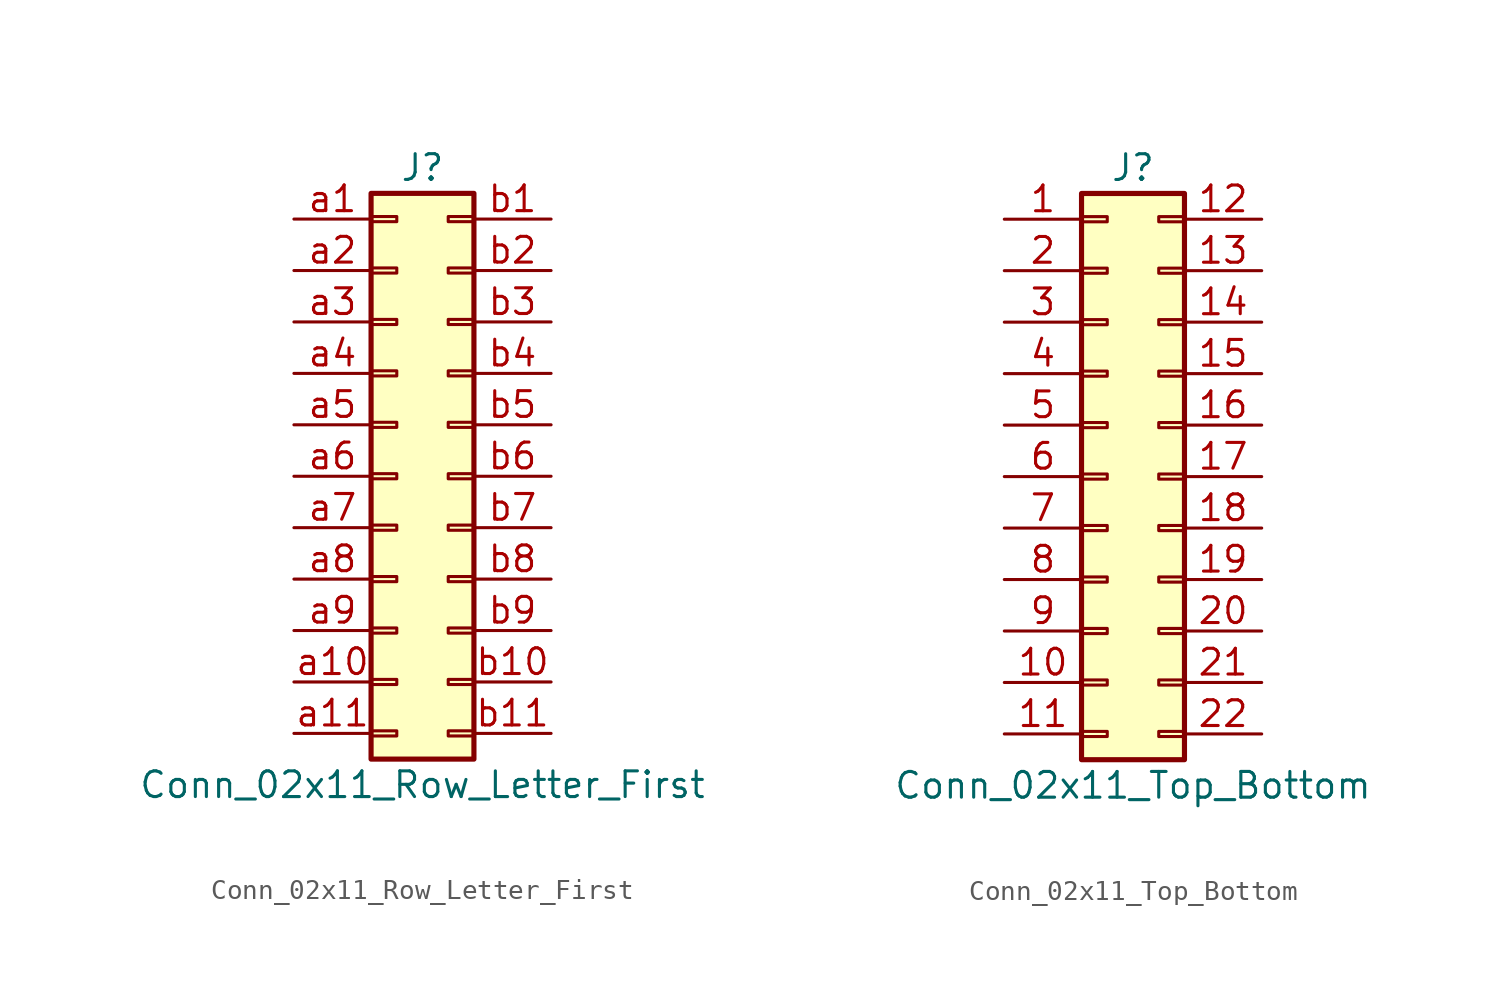
<source format=kicad_sym>
(kicad_symbol_lib
  (version 20201005)
  (generator kicad_symbol_editor)
  (symbol "Conn_02x11_Row_Letter_First"
    (pin_names
      (offset 1.016) hide)
    (property "Reference" "J"
      (at 1.27 15.24 0)
      (effects (font (size 1.27 1.27))))
    (property "Value" "Conn_02x11_Row_Letter_First"
      (at 1.27 -15.24 0)
      (effects (font (size 1.27 1.27))))
    (symbol "Conn_02x11_Row_Letter_First_1_1"
      (rectangle (start -1.27 -12.573) (end 0 -12.827) (stroke (width 0.152)) (fill (type none)))
      (rectangle (start -1.27 -10.033) (end 0 -10.287) (stroke (width 0.152)) (fill (type none)))
      (rectangle (start -1.27 -7.493) (end 0 -7.747) (stroke (width 0.152)) (fill (type none)))
      (rectangle (start -1.27 -4.953) (end 0 -5.207) (stroke (width 0.152)) (fill (type none)))
      (rectangle (start -1.27 -2.413) (end 0 -2.667) (stroke (width 0.152)) (fill (type none)))
      (rectangle (start -1.27 0.127) (end 0 -0.127) (stroke (width 0.152)) (fill (type none)))
      (rectangle (start -1.27 2.667) (end 0 2.413) (stroke (width 0.152)) (fill (type none)))
      (rectangle (start -1.27 5.207) (end 0 4.953) (stroke (width 0.152)) (fill (type none)))
      (rectangle (start -1.27 7.747) (end 0 7.493) (stroke (width 0.152)) (fill (type none)))
      (rectangle (start -1.27 10.287) (end 0 10.033) (stroke (width 0.152)) (fill (type none)))
      (rectangle (start -1.27 12.827) (end 0 12.573) (stroke (width 0.152)) (fill (type none)))
      (rectangle (start -1.27 13.97) (end 3.81 -13.97) (stroke (width 0.254)) (fill (type background)))
      (rectangle (start 3.81 -12.573) (end 2.54 -12.827) (stroke (width 0.152)) (fill (type none)))
      (rectangle (start 3.81 -10.033) (end 2.54 -10.287) (stroke (width 0.152)) (fill (type none)))
      (rectangle (start 3.81 -7.493) (end 2.54 -7.747) (stroke (width 0.152)) (fill (type none)))
      (rectangle (start 3.81 -4.953) (end 2.54 -5.207) (stroke (width 0.152)) (fill (type none)))
      (rectangle (start 3.81 -2.413) (end 2.54 -2.667) (stroke (width 0.152)) (fill (type none)))
      (rectangle (start 3.81 0.127) (end 2.54 -0.127) (stroke (width 0.152)) (fill (type none)))
      (rectangle (start 3.81 2.667) (end 2.54 2.413) (stroke (width 0.152)) (fill (type none)))
      (rectangle (start 3.81 5.207) (end 2.54 4.953) (stroke (width 0.152)) (fill (type none)))
      (rectangle (start 3.81 7.747) (end 2.54 7.493) (stroke (width 0.152)) (fill (type none)))
      (rectangle (start 3.81 10.287) (end 2.54 10.033) (stroke (width 0.152)) (fill (type none)))
      (rectangle (start 3.81 12.827) (end 2.54 12.573) (stroke (width 0.152)) (fill (type none)))
      (pin passive line (at -5.08 12.7 0) (length 3.81) (name "Pin_a1" (effects (font (size 1.27 1.27)))) (number "a1" (effects (font (size 1.27 1.27)))))
      (pin passive line (at -5.08 -10.16 0) (length 3.81) (name "Pin_a10" (effects (font (size 1.27 1.27)))) (number "a10" (effects (font (size 1.27 1.27)))))
      (pin passive line (at -5.08 -12.7 0) (length 3.81) (name "Pin_a11" (effects (font (size 1.27 1.27)))) (number "a11" (effects (font (size 1.27 1.27)))))
      (pin passive line (at -5.08 10.16 0) (length 3.81) (name "Pin_a2" (effects (font (size 1.27 1.27)))) (number "a2" (effects (font (size 1.27 1.27)))))
      (pin passive line (at -5.08 7.62 0) (length 3.81) (name "Pin_a3" (effects (font (size 1.27 1.27)))) (number "a3" (effects (font (size 1.27 1.27)))))
      (pin passive line (at -5.08 5.08 0) (length 3.81) (name "Pin_a4" (effects (font (size 1.27 1.27)))) (number "a4" (effects (font (size 1.27 1.27)))))
      (pin passive line (at -5.08 2.54 0) (length 3.81) (name "Pin_a5" (effects (font (size 1.27 1.27)))) (number "a5" (effects (font (size 1.27 1.27)))))
      (pin passive line (at -5.08 0 0) (length 3.81) (name "Pin_a6" (effects (font (size 1.27 1.27)))) (number "a6" (effects (font (size 1.27 1.27)))))
      (pin passive line (at -5.08 -2.54 0) (length 3.81) (name "Pin_a7" (effects (font (size 1.27 1.27)))) (number "a7" (effects (font (size 1.27 1.27)))))
      (pin passive line (at -5.08 -5.08 0) (length 3.81) (name "Pin_a8" (effects (font (size 1.27 1.27)))) (number "a8" (effects (font (size 1.27 1.27)))))
      (pin passive line (at -5.08 -7.62 0) (length 3.81) (name "Pin_a9" (effects (font (size 1.27 1.27)))) (number "a9" (effects (font (size 1.27 1.27)))))
      (pin passive line (at 7.62 12.7 180) (length 3.81) (name "Pin_b1" (effects (font (size 1.27 1.27)))) (number "b1" (effects (font (size 1.27 1.27)))))
      (pin passive line (at 7.62 -10.16 180) (length 3.81) (name "Pin_b10" (effects (font (size 1.27 1.27)))) (number "b10" (effects (font (size 1.27 1.27)))))
      (pin passive line (at 7.62 -12.7 180) (length 3.81) (name "Pin_b11" (effects (font (size 1.27 1.27)))) (number "b11" (effects (font (size 1.27 1.27)))))
      (pin passive line (at 7.62 10.16 180) (length 3.81) (name "Pin_b2" (effects (font (size 1.27 1.27)))) (number "b2" (effects (font (size 1.27 1.27)))))
      (pin passive line (at 7.62 7.62 180) (length 3.81) (name "Pin_b3" (effects (font (size 1.27 1.27)))) (number "b3" (effects (font (size 1.27 1.27)))))
      (pin passive line (at 7.62 5.08 180) (length 3.81) (name "Pin_b4" (effects (font (size 1.27 1.27)))) (number "b4" (effects (font (size 1.27 1.27)))))
      (pin passive line (at 7.62 2.54 180) (length 3.81) (name "Pin_b5" (effects (font (size 1.27 1.27)))) (number "b5" (effects (font (size 1.27 1.27)))))
      (pin passive line (at 7.62 0 180) (length 3.81) (name "Pin_b6" (effects (font (size 1.27 1.27)))) (number "b6" (effects (font (size 1.27 1.27)))))
      (pin passive line (at 7.62 -2.54 180) (length 3.81) (name "Pin_b7" (effects (font (size 1.27 1.27)))) (number "b7" (effects (font (size 1.27 1.27)))))
      (pin passive line (at 7.62 -5.08 180) (length 3.81) (name "Pin_b8" (effects (font (size 1.27 1.27)))) (number "b8" (effects (font (size 1.27 1.27)))))
      (pin passive line (at 7.62 -7.62 180) (length 3.81) (name "Pin_b9" (effects (font (size 1.27 1.27)))) (number "b9" (effects (font (size 1.27 1.27)))))))
  (symbol "Conn_02x11_Top_Bottom"
    (pin_names
      (offset 1.016) hide)
    (property "Reference" "J"
      (at 1.27 15.24 0)
      (effects (font (size 1.27 1.27))))
    (property "Value" "Conn_02x11_Top_Bottom"
      (at 1.27 -15.24 0)
      (effects (font (size 1.27 1.27))))
    (symbol "Conn_02x11_Top_Bottom_1_1"
      (rectangle (start -1.27 -12.573) (end 0 -12.827) (stroke (width 0.152)) (fill (type none)))
      (rectangle (start -1.27 -10.033) (end 0 -10.287) (stroke (width 0.152)) (fill (type none)))
      (rectangle (start -1.27 -7.493) (end 0 -7.747) (stroke (width 0.152)) (fill (type none)))
      (rectangle (start -1.27 -4.953) (end 0 -5.207) (stroke (width 0.152)) (fill (type none)))
      (rectangle (start -1.27 -2.413) (end 0 -2.667) (stroke (width 0.152)) (fill (type none)))
      (rectangle (start -1.27 0.127) (end 0 -0.127) (stroke (width 0.152)) (fill (type none)))
      (rectangle (start -1.27 2.667) (end 0 2.413) (stroke (width 0.152)) (fill (type none)))
      (rectangle (start -1.27 5.207) (end 0 4.953) (stroke (width 0.152)) (fill (type none)))
      (rectangle (start -1.27 7.747) (end 0 7.493) (stroke (width 0.152)) (fill (type none)))
      (rectangle (start -1.27 10.287) (end 0 10.033) (stroke (width 0.152)) (fill (type none)))
      (rectangle (start -1.27 12.827) (end 0 12.573) (stroke (width 0.152)) (fill (type none)))
      (rectangle (start -1.27 13.97) (end 3.81 -13.97) (stroke (width 0.254)) (fill (type background)))
      (rectangle (start 3.81 -12.573) (end 2.54 -12.827) (stroke (width 0.152)) (fill (type none)))
      (rectangle (start 3.81 -10.033) (end 2.54 -10.287) (stroke (width 0.152)) (fill (type none)))
      (rectangle (start 3.81 -7.493) (end 2.54 -7.747) (stroke (width 0.152)) (fill (type none)))
      (rectangle (start 3.81 -4.953) (end 2.54 -5.207) (stroke (width 0.152)) (fill (type none)))
      (rectangle (start 3.81 -2.413) (end 2.54 -2.667) (stroke (width 0.152)) (fill (type none)))
      (rectangle (start 3.81 0.127) (end 2.54 -0.127) (stroke (width 0.152)) (fill (type none)))
      (rectangle (start 3.81 2.667) (end 2.54 2.413) (stroke (width 0.152)) (fill (type none)))
      (rectangle (start 3.81 5.207) (end 2.54 4.953) (stroke (width 0.152)) (fill (type none)))
      (rectangle (start 3.81 7.747) (end 2.54 7.493) (stroke (width 0.152)) (fill (type none)))
      (rectangle (start 3.81 10.287) (end 2.54 10.033) (stroke (width 0.152)) (fill (type none)))
      (rectangle (start 3.81 12.827) (end 2.54 12.573) (stroke (width 0.152)) (fill (type none)))
      (pin passive line (at -5.08 12.7 0) (length 3.81) (name "Pin_1" (effects (font (size 1.27 1.27)))) (number "1" (effects (font (size 1.27 1.27)))))
      (pin passive line (at -5.08 -10.16 0) (length 3.81) (name "Pin_10" (effects (font (size 1.27 1.27)))) (number "10" (effects (font (size 1.27 1.27)))))
      (pin passive line (at -5.08 -12.7 0) (length 3.81) (name "Pin_11" (effects (font (size 1.27 1.27)))) (number "11" (effects (font (size 1.27 1.27)))))
      (pin passive line (at 7.62 12.7 180) (length 3.81) (name "Pin_12" (effects (font (size 1.27 1.27)))) (number "12" (effects (font (size 1.27 1.27)))))
      (pin passive line (at 7.62 10.16 180) (length 3.81) (name "Pin_13" (effects (font (size 1.27 1.27)))) (number "13" (effects (font (size 1.27 1.27)))))
      (pin passive line (at 7.62 7.62 180) (length 3.81) (name "Pin_14" (effects (font (size 1.27 1.27)))) (number "14" (effects (font (size 1.27 1.27)))))
      (pin passive line (at 7.62 5.08 180) (length 3.81) (name "Pin_15" (effects (font (size 1.27 1.27)))) (number "15" (effects (font (size 1.27 1.27)))))
      (pin passive line (at 7.62 2.54 180) (length 3.81) (name "Pin_16" (effects (font (size 1.27 1.27)))) (number "16" (effects (font (size 1.27 1.27)))))
      (pin passive line (at 7.62 0 180) (length 3.81) (name "Pin_17" (effects (font (size 1.27 1.27)))) (number "17" (effects (font (size 1.27 1.27)))))
      (pin passive line (at 7.62 -2.54 180) (length 3.81) (name "Pin_18" (effects (font (size 1.27 1.27)))) (number "18" (effects (font (size 1.27 1.27)))))
      (pin passive line (at 7.62 -5.08 180) (length 3.81) (name "Pin_19" (effects (font (size 1.27 1.27)))) (number "19" (effects (font (size 1.27 1.27)))))
      (pin passive line (at -5.08 10.16 0) (length 3.81) (name "Pin_2" (effects (font (size 1.27 1.27)))) (number "2" (effects (font (size 1.27 1.27)))))
      (pin passive line (at 7.62 -7.62 180) (length 3.81) (name "Pin_20" (effects (font (size 1.27 1.27)))) (number "20" (effects (font (size 1.27 1.27)))))
      (pin passive line (at 7.62 -10.16 180) (length 3.81) (name "Pin_21" (effects (font (size 1.27 1.27)))) (number "21" (effects (font (size 1.27 1.27)))))
      (pin passive line (at 7.62 -12.7 180) (length 3.81) (name "Pin_22" (effects (font (size 1.27 1.27)))) (number "22" (effects (font (size 1.27 1.27)))))
      (pin passive line (at -5.08 7.62 0) (length 3.81) (name "Pin_3" (effects (font (size 1.27 1.27)))) (number "3" (effects (font (size 1.27 1.27)))))
      (pin passive line (at -5.08 5.08 0) (length 3.81) (name "Pin_4" (effects (font (size 1.27 1.27)))) (number "4" (effects (font (size 1.27 1.27)))))
      (pin passive line (at -5.08 2.54 0) (length 3.81) (name "Pin_5" (effects (font (size 1.27 1.27)))) (number "5" (effects (font (size 1.27 1.27)))))
      (pin passive line (at -5.08 0 0) (length 3.81) (name "Pin_6" (effects (font (size 1.27 1.27)))) (number "6" (effects (font (size 1.27 1.27)))))
      (pin passive line (at -5.08 -2.54 0) (length 3.81) (name "Pin_7" (effects (font (size 1.27 1.27)))) (number "7" (effects (font (size 1.27 1.27)))))
      (pin passive line (at -5.08 -5.08 0) (length 3.81) (name "Pin_8" (effects (font (size 1.27 1.27)))) (number "8" (effects (font (size 1.27 1.27)))))
      (pin passive line (at -5.08 -7.62 0) (length 3.81) (name "Pin_9" (effects (font (size 1.27 1.27)))) (number "9" (effects (font (size 1.27 1.27))))))))
</source>
